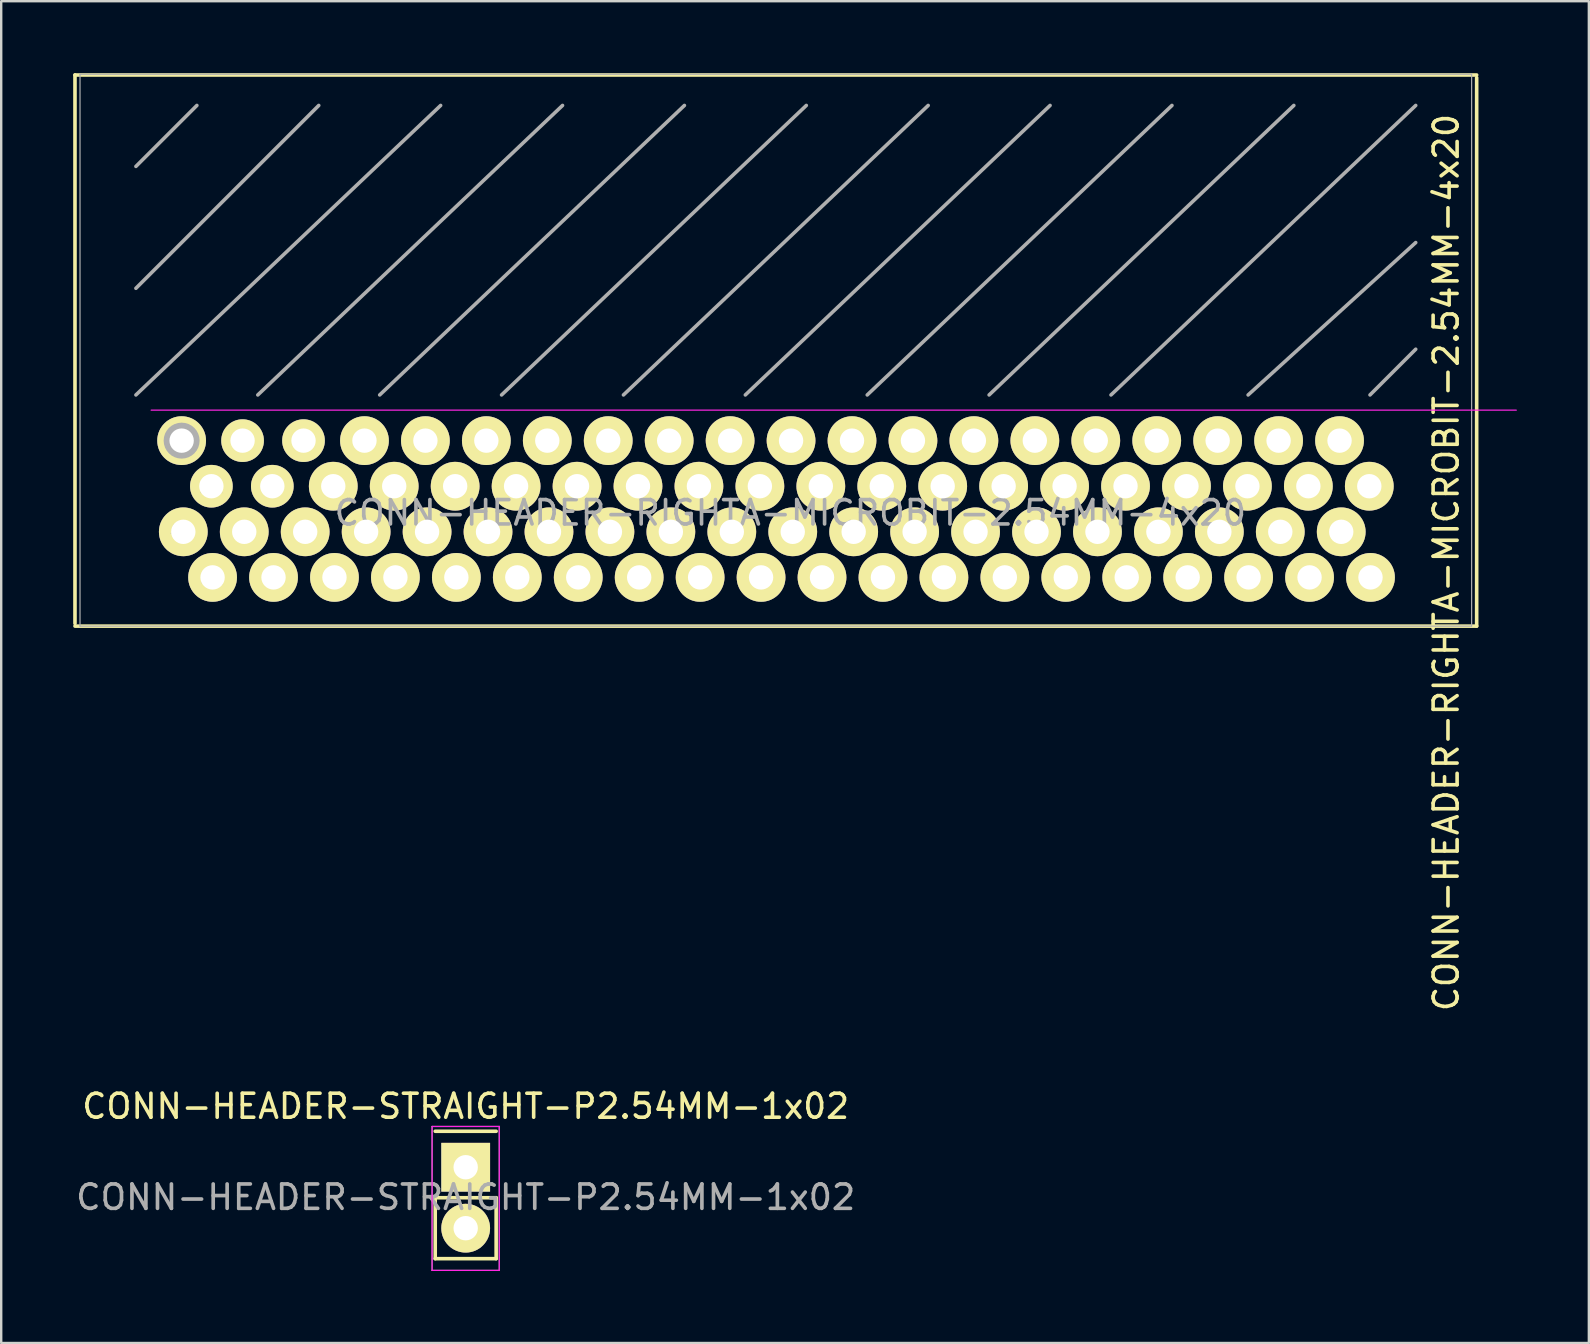
<source format=kicad_pcb>
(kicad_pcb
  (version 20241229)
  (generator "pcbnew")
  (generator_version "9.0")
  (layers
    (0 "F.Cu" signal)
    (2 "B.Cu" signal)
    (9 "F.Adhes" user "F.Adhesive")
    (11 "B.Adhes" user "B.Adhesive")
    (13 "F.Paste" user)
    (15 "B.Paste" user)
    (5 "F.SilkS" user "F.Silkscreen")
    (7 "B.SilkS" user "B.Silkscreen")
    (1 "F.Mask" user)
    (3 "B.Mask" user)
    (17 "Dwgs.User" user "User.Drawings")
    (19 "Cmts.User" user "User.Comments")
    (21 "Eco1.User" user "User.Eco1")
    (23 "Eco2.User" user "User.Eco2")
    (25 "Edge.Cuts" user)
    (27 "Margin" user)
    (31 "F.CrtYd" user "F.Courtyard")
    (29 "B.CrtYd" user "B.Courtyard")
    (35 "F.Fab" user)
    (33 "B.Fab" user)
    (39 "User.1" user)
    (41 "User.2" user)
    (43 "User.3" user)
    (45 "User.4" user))
  (footprint "CONN-HEADER-RIGHTA-MICROBIT-2.54MM-4x20"
    (layer "F.Cu")
    (at 29.285 14.045)
    (property "Reference" "CONN-HEADER-RIGHTA-MICROBIT-2.54MM-4x20" (at 0.605 4.28 180) (layer "F.Fab") (effects (font (size 1.016 1.016) (thickness 0.152))))
    (attr through_hole)
    (fp_line (start -29.21 -13.97) (end -29.21 8.89) (stroke (width 0.15) (type solid)) (layer "F.SilkS"))
    (fp_line (start -29.21 -13.97) (end 29.21 -13.97) (stroke (width 0.15) (type solid)) (layer "F.SilkS"))
    (fp_line (start -29.21 9) (end 29.21 9) (stroke (width 0.15) (type solid)) (layer "F.SilkS"))
    (fp_line (start 29.21 -13.86) (end 29.21 9) (stroke (width 0.15) (type solid)) (layer "F.SilkS"))
    (fp_line (start -26.035 0) (end 30.861 0) (stroke (width 0.05) (type solid)) (layer "F.CrtYd"))
    (fp_line (start -29 -14) (end -29 9) (stroke (width 0.05) (type solid)) (layer "F.Fab"))
    (fp_line (start -29 -14) (end 29 -14) (stroke (width 0.05) (type solid)) (layer "F.Fab"))
    (fp_line (start -29 9) (end 29 9) (stroke (width 0.05) (type solid)) (layer "F.Fab"))
    (fp_line (start -26.67 -10.16) (end -24.13 -12.7) (stroke (width 0.15) (type solid)) (layer "F.Fab"))
    (fp_line (start -26.67 -5.08) (end -19.05 -12.7) (stroke (width 0.15) (type solid)) (layer "F.Fab"))
    (fp_line (start -26.67 -0.635) (end -13.97 -12.7) (stroke (width 0.15) (type solid)) (layer "F.Fab"))
    (fp_line (start -21.59 -0.635) (end -8.89 -12.7) (stroke (width 0.15) (type solid)) (layer "F.Fab"))
    (fp_line (start -16.51 -0.635) (end -3.81 -12.7) (stroke (width 0.15) (type solid)) (layer "F.Fab"))
    (fp_line (start -11.43 -0.635) (end 1.27 -12.7) (stroke (width 0.15) (type solid)) (layer "F.Fab"))
    (fp_line (start -6.35 -0.635) (end 6.35 -12.7) (stroke (width 0.15) (type solid)) (layer "F.Fab"))
    (fp_line (start -1.27 -0.635) (end 11.43 -12.7) (stroke (width 0.15) (type solid)) (layer "F.Fab"))
    (fp_line (start 3.81 -0.635) (end 16.51 -12.7) (stroke (width 0.15) (type solid)) (layer "F.Fab"))
    (fp_line (start 8.89 -0.635) (end 21.59 -12.7) (stroke (width 0.15) (type solid)) (layer "F.Fab"))
    (fp_line (start 13.97 -0.635) (end 26.67 -12.7) (stroke (width 0.15) (type solid)) (layer "F.Fab"))
    (fp_line (start 19.685 -0.635) (end 26.67 -6.985) (stroke (width 0.15) (type solid)) (layer "F.Fab"))
    (fp_line (start 26.67 -2.54) (end 24.765 -0.635) (stroke (width 0.15) (type solid)) (layer "F.Fab"))
    (fp_line (start 29 -14) (end 29 9) (stroke (width 0.05) (type solid)) (layer "F.Fab"))
    (fp_circle (center -24.765 1.27) (end -24.265 1.27) (stroke (width 0.5) (type solid)) (fill no) (layer "F.Fab"))
    (fp_text user "${REFERENCE}" (at 27.94 6.35 90) (layer "F.SilkS") (effects (font (size 1 1) (thickness 0.15))))
    (fp_text user "61" (at -23.495 6.985 0) (layer "F.Fab") (effects (font (size 0.6 0.6) (thickness 0.008))))
    (fp_text user "21" (at -23.495 3.175 0) (layer "F.Fab") (effects (font (size 0.6 0.6) (thickness 0.008))))
    (fp_text user "41" (at -24.765 5.08 0) (layer "F.Fab") (effects (font (size 0.6 0.6) (thickness 0.008))))
    (pad "0" thru_hole circle (at -23.475 6.97) (size 2.032 2.032) (drill 1.016) (layers "*.Cu" "*.Mask" "F.SilkS"))
    (pad "0" thru_hole circle (at -22.155 5.07) (size 2.032 2.032) (drill 1.016) (layers "*.Cu" "*.Mask" "F.SilkS"))
    (pad "0" thru_hole circle (at -20.935 6.97) (size 2.032 2.032) (drill 1.016) (layers "*.Cu" "*.Mask" "F.SilkS"))
    (pad "0" thru_hole circle (at -19.615 5.07) (size 2.032 2.032) (drill 1.016) (layers "*.Cu" "*.Mask" "F.SilkS"))
    (pad "1" thru_hole circle (at -13.315 6.97) (size 2.032 2.032) (drill 1.016) (layers "*.Cu" "*.Mask" "F.SilkS"))
    (pad "1" thru_hole circle (at -11.995 5.07) (size 2.032 2.032) (drill 1.016) (layers "*.Cu" "*.Mask" "F.SilkS"))
    (pad "1" thru_hole circle (at -10.775 6.97) (size 2.032 2.032) (drill 1.016) (layers "*.Cu" "*.Mask" "F.SilkS"))
    (pad "1" thru_hole circle (at -9.455 5.07) (size 2.032 2.032) (drill 1.016) (layers "*.Cu" "*.Mask" "F.SilkS"))
    (pad "2" thru_hole circle (at -1.835 5.07) (size 2.032 2.032) (drill 1.016) (layers "*.Cu" "*.Mask" "F.SilkS"))
    (pad "2" thru_hole circle (at -0.615 6.97) (size 2.032 2.032) (drill 1.016) (layers "*.Cu" "*.Mask" "F.SilkS"))
    (pad "2" thru_hole circle (at 0.705 5.07) (size 2.032 2.032) (drill 1.016) (layers "*.Cu" "*.Mask" "F.SilkS"))
    (pad "2" thru_hole circle (at 1.925 6.97) (size 2.032 2.032) (drill 1.016) (layers "*.Cu" "*.Mask" "F.SilkS"))
    (pad "3" thru_hole circle (at -24.695 5.07) (size 2.032 2.032) (drill 1.016) (layers "*.Cu" "*.Mask" "F.SilkS"))
    (pad "3V" thru_hole circle (at 8.325 5.07) (size 2.032 2.032) (drill 1.016) (layers "*.Cu" "*.Mask" "F.SilkS"))
    (pad "3V" thru_hole circle (at 9.545 6.97) (size 2.032 2.032) (drill 1.016) (layers "*.Cu" "*.Mask" "F.SilkS"))
    (pad "3V" thru_hole circle (at 10.865 5.07) (size 2.032 2.032) (drill 1.016) (layers "*.Cu" "*.Mask" "F.SilkS"))
    (pad "3V" thru_hole circle (at 12.085 6.97) (size 2.032 2.032) (drill 1.016) (layers "*.Cu" "*.Mask" "F.SilkS"))
    (pad "3V" thru_hole circle (at 13.405 5.07) (size 2.032 2.032) (drill 1.016) (layers "*.Cu" "*.Mask" "F.SilkS"))
    (pad "3V" thru_hole circle (at 14.625 6.97) (size 2.032 2.032) (drill 1.016) (layers "*.Cu" "*.Mask" "F.SilkS"))
    (pad "4" thru_hole circle (at -18.395 6.97) (size 2.032 2.032) (drill 1.016) (layers "*.Cu" "*.Mask" "F.SilkS"))
    (pad "5" thru_hole circle (at -17.075 5.07) (size 2.032 2.032) (drill 1.016) (layers "*.Cu" "*.Mask" "F.SilkS"))
    (pad "6" thru_hole circle (at -15.855 6.97) (size 2.032 2.032) (drill 1.016) (layers "*.Cu" "*.Mask" "F.SilkS"))
    (pad "7" thru_hole circle (at -14.535 5.07) (size 2.032 2.032) (drill 1.016) (layers "*.Cu" "*.Mask" "F.SilkS"))
    (pad "8" thru_hole circle (at -8.235 6.97) (size 2.032 2.032) (drill 1.016) (layers "*.Cu" "*.Mask" "F.SilkS"))
    (pad "9" thru_hole circle (at -6.915 5.07) (size 2.032 2.032) (drill 1.016) (layers "*.Cu" "*.Mask" "F.SilkS"))
    (pad "10" thru_hole circle (at -5.695 6.97) (size 2.032 2.032) (drill 1.016) (layers "*.Cu" "*.Mask" "F.SilkS"))
    (pad "11" thru_hole circle (at -4.375 5.07) (size 2.032 2.032) (drill 1.016) (layers "*.Cu" "*.Mask" "F.SilkS"))
    (pad "12" thru_hole circle (at -3.155 6.97) (size 2.032 2.032) (drill 1.016) (layers "*.Cu" "*.Mask" "F.SilkS"))
    (pad "13" thru_hole circle (at 3.245 5.07) (size 2.032 2.032) (drill 1.016) (layers "*.Cu" "*.Mask" "F.SilkS"))
    (pad "14" thru_hole circle (at 4.465 6.97) (size 2.032 2.032) (drill 1.016) (layers "*.Cu" "*.Mask" "F.SilkS"))
    (pad "15" thru_hole circle (at 5.785 5.07) (size 2.032 2.032) (drill 1.016) (layers "*.Cu" "*.Mask" "F.SilkS"))
    (pad "16" thru_hole circle (at 7.005 6.97) (size 2.032 2.032) (drill 1.016) (layers "*.Cu" "*.Mask" "F.SilkS"))
    (pad "19" thru_hole circle (at 15.945 5.07) (size 2.032 2.032) (drill 1.016) (layers "*.Cu" "*.Mask" "F.SilkS"))
    (pad "20" thru_hole circle (at 17.165 6.97) (size 2.032 2.032) (drill 1.016) (layers "*.Cu" "*.Mask" "F.SilkS"))
    (pad "GND" thru_hole circle (at 18.485 5.07) (size 2.032 2.032) (drill 1.016) (layers "*.Cu" "*.Mask" "F.SilkS"))
    (pad "GND" thru_hole circle (at 19.705 6.97) (size 2.032 2.032) (drill 1.016) (layers "*.Cu" "*.Mask" "F.SilkS"))
    (pad "GND" thru_hole circle (at 21.025 5.07) (size 2.032 2.032) (drill 1.016) (layers "*.Cu" "*.Mask" "F.SilkS"))
    (pad "GND" thru_hole circle (at 22.245 6.97) (size 2.032 2.032) (drill 1.016) (layers "*.Cu" "*.Mask" "F.SilkS"))
    (pad "GND" thru_hole circle (at 23.565 5.07) (size 2.032 2.032) (drill 1.016) (layers "*.Cu" "*.Mask" "F.SilkS"))
    (pad "GND" thru_hole circle (at 24.785 6.97) (size 2.032 2.032) (drill 1.016) (layers "*.Cu" "*.Mask" "F.SilkS"))
    (pad "NC" thru_hole circle (at -24.765 1.27) (size 2.032 2.032) (drill 1.016) (layers "*.Cu" "*.Mask" "F.SilkS"))
    (pad "NC" thru_hole circle (at -23.525 3.17) (size 1.778 1.778) (drill 1.016) (layers "*.Cu" "*.Mask" "F.SilkS"))
    (pad "NC" thru_hole circle (at -22.225 1.27) (size 1.778 1.778) (drill 1.016) (layers "*.Cu" "*.Mask" "F.SilkS"))
    (pad "NC" thru_hole circle (at -20.985 3.17) (size 1.778 1.778) (drill 1.016) (layers "*.Cu" "*.Mask" "F.SilkS"))
    (pad "NC" thru_hole circle (at -19.685 1.27) (size 1.778 1.778) (drill 1.016) (layers "*.Cu" "*.Mask" "F.SilkS"))
    (pad "NC" thru_hole circle (at -18.445 3.17) (size 2.032 2.032) (drill 1.016) (layers "*.Cu" "*.Mask" "F.SilkS"))
    (pad "NC" thru_hole circle (at -17.145 1.27) (size 2.032 2.032) (drill 1.016) (layers "*.Cu" "*.Mask" "F.SilkS"))
    (pad "NC" thru_hole circle (at -15.905 3.17) (size 2.032 2.032) (drill 1.016) (layers "*.Cu" "*.Mask" "F.SilkS"))
    (pad "NC" thru_hole circle (at -14.605 1.27) (size 2.032 2.032) (drill 1.016) (layers "*.Cu" "*.Mask" "F.SilkS"))
    (pad "NC" thru_hole circle (at -13.365 3.17) (size 2.032 2.032) (drill 1.016) (layers "*.Cu" "*.Mask" "F.SilkS"))
    (pad "NC" thru_hole circle (at -12.065 1.27) (size 2.032 2.032) (drill 1.016) (layers "*.Cu" "*.Mask" "F.SilkS"))
    (pad "NC" thru_hole circle (at -10.825 3.17) (size 2.032 2.032) (drill 1.016) (layers "*.Cu" "*.Mask" "F.SilkS"))
    (pad "NC" thru_hole circle (at -9.525 1.27) (size 2.032 2.032) (drill 1.016) (layers "*.Cu" "*.Mask" "F.SilkS"))
    (pad "NC" thru_hole circle (at -8.285 3.17) (size 2.032 2.032) (drill 1.016) (layers "*.Cu" "*.Mask" "F.SilkS"))
    (pad "NC" thru_hole circle (at -6.985 1.27) (size 2.032 2.032) (drill 1.016) (layers "*.Cu" "*.Mask" "F.SilkS"))
    (pad "NC" thru_hole circle (at -4.445 1.27) (size 2.032 2.032) (drill 1.016) (layers "*.Cu" "*.Mask" "F.SilkS"))
    (pad "NC" thru_hole circle (at -3.205 3.17) (size 2.032 2.032) (drill 1.016) (layers "*.Cu" "*.Mask" "F.SilkS"))
    (pad "NC" thru_hole circle (at -1.905 1.27) (size 2.032 2.032) (drill 1.016) (layers "*.Cu" "*.Mask" "F.SilkS"))
    (pad "NC" thru_hole circle (at -0.665 3.17) (size 2.032 2.032) (drill 1.016) (layers "*.Cu" "*.Mask" "F.SilkS"))
    (pad "NC" thru_hole circle (at 0.635 1.27) (size 2.032 2.032) (drill 1.016) (layers "*.Cu" "*.Mask" "F.SilkS"))
    (pad "NC" thru_hole circle (at 1.875 3.17) (size 2.032 2.032) (drill 1.016) (layers "*.Cu" "*.Mask" "F.SilkS"))
    (pad "NC" thru_hole circle (at 3.175 1.27) (size 2.032 2.032) (drill 1.016) (layers "*.Cu" "*.Mask" "F.SilkS"))
    (pad "NC" thru_hole circle (at 4.415 3.17) (size 2.032 2.032) (drill 1.016) (layers "*.Cu" "*.Mask" "F.SilkS"))
    (pad "NC" thru_hole circle (at 5.715 1.27) (size 2.032 2.032) (drill 1.016) (layers "*.Cu" "*.Mask" "F.SilkS"))
    (pad "NC" thru_hole circle (at 6.955 3.17) (size 2.032 2.032) (drill 1.016) (layers "*.Cu" "*.Mask" "F.SilkS"))
    (pad "NC" thru_hole circle (at 8.255 1.27) (size 2.032 2.032) (drill 1.016) (layers "*.Cu" "*.Mask" "F.SilkS"))
    (pad "NC" thru_hole circle (at 9.495 3.17) (size 2.032 2.032) (drill 1.016) (layers "*.Cu" "*.Mask" "F.SilkS"))
    (pad "NC" thru_hole circle (at 10.795 1.27) (size 2.032 2.032) (drill 1.016) (layers "*.Cu" "*.Mask" "F.SilkS"))
    (pad "NC" thru_hole circle (at 12.035 3.17) (size 2.032 2.032) (drill 1.016) (layers "*.Cu" "*.Mask" "F.SilkS"))
    (pad "NC" thru_hole circle (at 13.335 1.27) (size 2.032 2.032) (drill 1.016) (layers "*.Cu" "*.Mask" "F.SilkS"))
    (pad "NC" thru_hole circle (at 14.575 3.17) (size 2.032 2.032) (drill 1.016) (layers "*.Cu" "*.Mask" "F.SilkS"))
    (pad "NC" thru_hole circle (at 15.875 1.27) (size 2.032 2.032) (drill 1.016) (layers "*.Cu" "*.Mask" "F.SilkS"))
    (pad "NC" thru_hole circle (at 17.115 3.17) (size 2.032 2.032) (drill 1.016) (layers "*.Cu" "*.Mask" "F.SilkS"))
    (pad "NC" thru_hole circle (at 18.415 1.27) (size 2.032 2.032) (drill 1.016) (layers "*.Cu" "*.Mask" "F.SilkS"))
    (pad "NC" thru_hole circle (at 19.655 3.17) (size 2.032 2.032) (drill 1.016) (layers "*.Cu" "*.Mask" "F.SilkS"))
    (pad "NC" thru_hole circle (at 20.955 1.27) (size 2.032 2.032) (drill 1.016) (layers "*.Cu" "*.Mask" "F.SilkS"))
    (pad "NC" thru_hole circle (at 22.195 3.17) (size 2.032 2.032) (drill 1.016) (layers "*.Cu" "*.Mask" "F.SilkS"))
    (pad "NC" thru_hole circle (at 23.495 1.27) (size 2.032 2.032) (drill 1.016) (layers "*.Cu" "*.Mask" "F.SilkS"))
    (pad "NC" thru_hole circle (at 24.735 3.17) (size 2.032 2.032) (drill 1.016) (layers "*.Cu" "*.Mask" "F.SilkS"))
    (pad "Nc" thru_hole circle (at -5.745 3.17) (size 2.032 2.032) (drill 1.016) (layers "*.Cu" "*.Mask" "F.SilkS")))
  (footprint "CONN-HEADER-STRAIGHT-P2.54MM-1x02"
    (layer "F.Cu")
    (at 16.359 45.599)
    (property "Reference" "CONN-HEADER-STRAIGHT-P2.54MM-1x02" (at 0 1.25 180) (layer "F.Fab") (effects (font (size 1.016 1.016) (thickness 0.152))))
    (attr through_hole)
    (fp_line (start -1.27 -1.5) (end 1.27 -1.5) (stroke (width 0.15) (type solid)) (layer "F.SilkS"))
    (fp_line (start -1.27 1.27) (end -1.27 3.81) (stroke (width 0.15) (type solid)) (layer "F.SilkS"))
    (fp_line (start -1.27 3.81) (end 1.27 3.81) (stroke (width 0.15) (type solid)) (layer "F.SilkS"))
    (fp_line (start 1.27 1.27) (end -1.27 1.27) (stroke (width 0.15) (type solid)) (layer "F.SilkS"))
    (fp_line (start 1.27 1.27) (end 1.27 3.81) (stroke (width 0.15) (type solid)) (layer "F.SilkS"))
    (fp_line (start -1.4 -1.7) (end -1.4 4.3) (stroke (width 0.05) (type solid)) (layer "F.CrtYd"))
    (fp_line (start -1.4 -1.7) (end 1.4 -1.7) (stroke (width 0.05) (type solid)) (layer "F.CrtYd"))
    (fp_line (start -1.4 4.3) (end 1.4 4.3) (stroke (width 0.05) (type solid)) (layer "F.CrtYd"))
    (fp_line (start 1.4 -1.7) (end 1.4 4.3) (stroke (width 0.05) (type solid)) (layer "F.CrtYd"))
    (fp_line (start -1.4 -1.7) (end -1.4 4.3) (stroke (width 0.05) (type solid)) (layer "F.Fab"))
    (fp_line (start 1.4 -1.7) (end -1.4 -1.7) (stroke (width 0.05) (type solid)) (layer "F.Fab"))
    (fp_line (start 1.4 4.3) (end -1.4 4.3) (stroke (width 0.05) (type solid)) (layer "F.Fab"))
    (fp_line (start 1.4 4.3) (end 1.4 -1.7) (stroke (width 0.05) (type solid)) (layer "F.Fab"))
    (fp_text user "${REFERENCE}" (at 0 -2.54 180) (layer "F.SilkS") (effects (font (size 1 1) (thickness 0.15))))
    (pad "1" thru_hole rect (at 0 0) (size 2.032 2.032) (drill 1.016) (layers "*.Cu" "*.Mask" "F.SilkS"))
    (pad "2" thru_hole oval (at 0 2.54) (size 2.032 2.032) (drill 1.016) (layers "*.Cu" "*.Mask" "F.SilkS")))
  (gr_rect
    (start -3 -3)
    (end 63.171 52.924)
    (stroke (width 0.1) (type default))
    (fill no)
    (layer "Edge.Cuts")))
</source>
